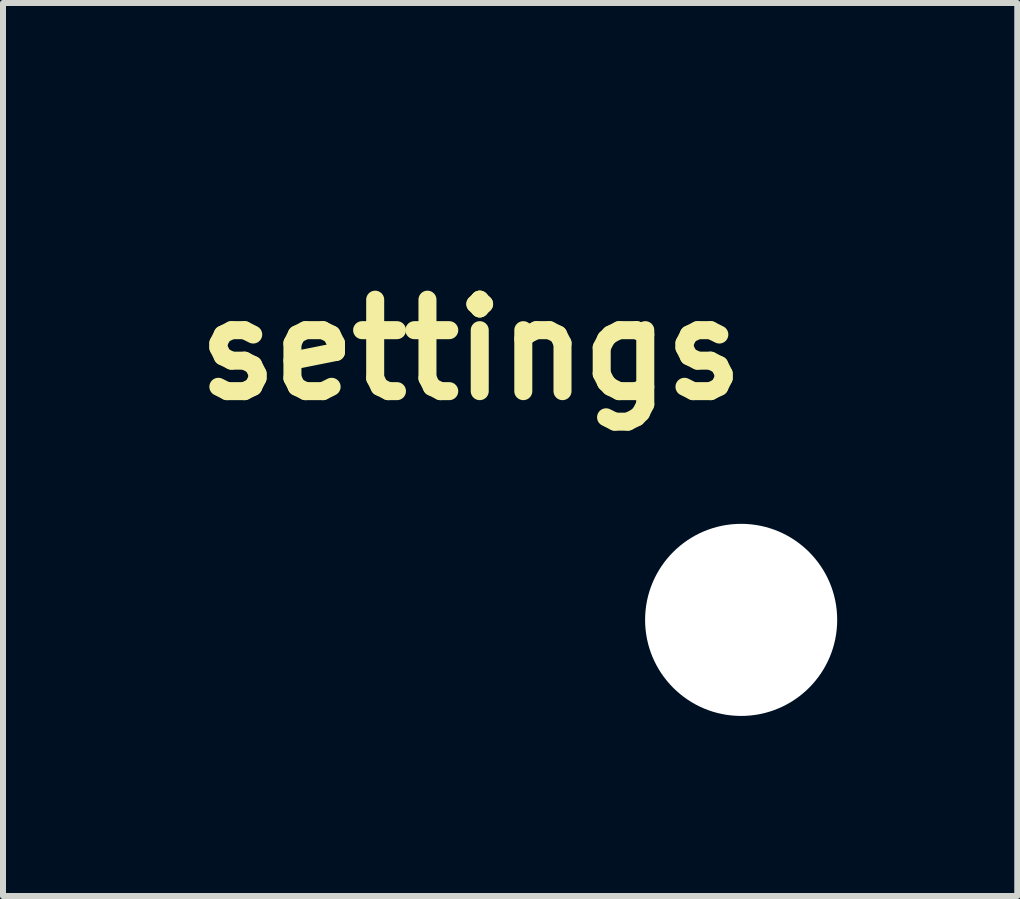
<source format=kicad_pcb>
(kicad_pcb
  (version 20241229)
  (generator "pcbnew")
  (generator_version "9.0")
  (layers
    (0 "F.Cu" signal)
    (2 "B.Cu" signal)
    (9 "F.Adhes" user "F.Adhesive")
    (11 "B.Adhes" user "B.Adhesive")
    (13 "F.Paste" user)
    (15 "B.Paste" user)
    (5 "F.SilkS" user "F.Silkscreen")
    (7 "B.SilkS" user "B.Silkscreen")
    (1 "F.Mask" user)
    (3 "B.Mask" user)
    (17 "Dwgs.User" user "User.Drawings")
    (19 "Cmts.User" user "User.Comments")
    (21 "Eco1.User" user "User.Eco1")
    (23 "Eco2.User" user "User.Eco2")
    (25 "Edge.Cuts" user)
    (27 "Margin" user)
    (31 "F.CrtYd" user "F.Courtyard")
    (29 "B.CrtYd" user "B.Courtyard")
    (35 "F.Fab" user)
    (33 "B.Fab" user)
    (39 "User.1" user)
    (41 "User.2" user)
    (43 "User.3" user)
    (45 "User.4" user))
  (footprint "settings"
    (layer "F.Cu")
    (at 9.297 7.277)
    (property "Reference" "settings" (at -4.5 -4.5 0) (layer "F.SilkS") (effects (font (size 1.524 1.524) (thickness 0.3))))
    (attr through_hole)
    (fp_poly (pts (xy -4.474 -5.063) (xy -4.387 -5.047) (xy -4.301 -5.017) (xy -4.248 -4.989) (xy -4.199 -4.955) (xy -4.149 -4.91) (xy -4.103 -4.859) (xy -4.064 -4.808) (xy -4.049 -4.782) (xy -4.011 -4.694) (xy -3.99 -4.603) (xy -3.984 -4.512) (xy -3.994 -4.421) (xy -4.02 -4.334) (xy -4.06 -4.251) (xy -4.116 -4.175) (xy -4.144 -4.144) (xy -4.217 -4.083) (xy -4.297 -4.036) (xy -4.383 -4.003) (xy -4.473 -3.986) (xy -4.565 -3.985) (xy -4.657 -4) (xy -4.66 -4.001) (xy -4.727 -4.024) (xy -4.796 -4.058) (xy -4.858 -4.098) (xy -4.871 -4.109) (xy -4.927 -4.163) (xy -4.976 -4.23) (xy -5.017 -4.304) (xy -5.045 -4.381) (xy -5.055 -4.42) (xy -5.064 -4.482) (xy -5.066 -4.538) (xy -5.061 -4.595) (xy -5.054 -4.633) (xy -5.027 -4.723) (xy -4.987 -4.803) (xy -4.936 -4.875) (xy -4.875 -4.936) (xy -4.805 -4.986) (xy -4.728 -5.024) (xy -4.646 -5.05) (xy -4.561 -5.064) (xy -4.474 -5.063)) (stroke (width 0.01) (type solid)) (fill yes) (layer "F.Mask"))
    (fp_poly (pts (xy -4.499 -7.272) (xy -4.452 -7.265) (xy -4.419 -7.253) (xy -4.372 -7.224) (xy -4.338 -7.19) (xy -4.31 -7.146) (xy -4.306 -7.139) (xy -4.28 -7.087) (xy -4.28 -6.577) (xy -4.168 -6.557) (xy -4.023 -6.527) (xy -3.885 -6.487) (xy -3.747 -6.436) (xy -3.606 -6.372) (xy -3.594 -6.366) (xy -3.544 -6.339) (xy -3.486 -6.306) (xy -3.425 -6.269) (xy -3.365 -6.231) (xy -3.311 -6.194) (xy -3.266 -6.162) (xy -3.263 -6.159) (xy -3.24 -6.142) (xy -3.04 -6.323) (xy -2.982 -6.376) (xy -2.934 -6.419) (xy -2.896 -6.452) (xy -2.865 -6.477) (xy -2.84 -6.496) (xy -2.821 -6.509) (xy -2.804 -6.518) (xy -2.793 -6.523) (xy -2.734 -6.537) (xy -2.676 -6.537) (xy -2.623 -6.523) (xy -2.574 -6.499) (xy -2.532 -6.464) (xy -2.499 -6.422) (xy -2.474 -6.374) (xy -2.461 -6.322) (xy -2.461 -6.268) (xy -2.474 -6.212) (xy -2.5 -6.161) (xy -2.513 -6.146) (xy -2.536 -6.121) (xy -2.568 -6.09) (xy -2.607 -6.053) (xy -2.65 -6.012) (xy -2.689 -5.977) (xy -2.734 -5.936) (xy -2.776 -5.898) (xy -2.813 -5.864) (xy -2.843 -5.837) (xy -2.864 -5.818) (xy -2.873 -5.809) (xy -2.892 -5.79) (xy -2.852 -5.735) (xy -2.761 -5.598) (xy -2.68 -5.45) (xy -2.61 -5.294) (xy -2.553 -5.134) (xy -2.51 -4.973) (xy -2.489 -4.865) (xy -2.474 -4.771) (xy -2.201 -4.771) (xy -2.125 -4.771) (xy -2.064 -4.771) (xy -2.016 -4.77) (xy -1.978 -4.769) (xy -1.95 -4.767) (xy -1.928 -4.765) (xy -1.911 -4.762) (xy -1.896 -4.759) (xy -1.882 -4.754) (xy -1.881 -4.754) (xy -1.831 -4.727) (xy -1.786 -4.687) (xy -1.751 -4.64) (xy -1.748 -4.634) (xy -1.734 -4.596) (xy -1.728 -4.548) (xy -1.728 -4.499) (xy -1.735 -4.452) (xy -1.747 -4.419) (xy -1.776 -4.372) (xy -1.81 -4.338) (xy -1.854 -4.31) (xy -1.861 -4.306) (xy -1.913 -4.28) (xy -2.474 -4.28) (xy -2.485 -4.206) (xy -2.516 -4.049) (xy -2.561 -3.89) (xy -2.619 -3.733) (xy -2.69 -3.581) (xy -2.77 -3.437) (xy -2.852 -3.315) (xy -2.899 -3.252) (xy -2.702 -3.053) (xy -2.641 -2.991) (xy -2.589 -2.937) (xy -2.547 -2.891) (xy -2.515 -2.855) (xy -2.494 -2.829) (xy -2.486 -2.816) (xy -2.466 -2.758) (xy -2.461 -2.698) (xy -2.472 -2.639) (xy -2.497 -2.582) (xy -2.529 -2.54) (xy -2.58 -2.497) (xy -2.636 -2.471) (xy -2.696 -2.461) (xy -2.759 -2.467) (xy -2.796 -2.478) (xy -2.811 -2.484) (xy -2.825 -2.492) (xy -2.841 -2.503) (xy -2.86 -2.518) (xy -2.884 -2.538) (xy -2.913 -2.566) (xy -2.951 -2.601) (xy -2.997 -2.647) (xy -3.048 -2.698) (xy -3.252 -2.899) (xy -3.328 -2.843) (xy -3.466 -2.752) (xy -3.612 -2.673) (xy -3.767 -2.605) (xy -3.864 -2.57) (xy -3.946 -2.544) (xy -4.031 -2.521) (xy -4.114 -2.502) (xy -4.189 -2.487) (xy -4.231 -2.481) (xy -4.28 -2.475) (xy -4.28 -1.913) (xy -4.306 -1.861) (xy -4.341 -1.806) (xy -4.385 -1.766) (xy -4.438 -1.74) (xy -4.501 -1.727) (xy -4.513 -1.727) (xy -4.56 -1.727) (xy -4.598 -1.733) (xy -4.604 -1.736) (xy -4.652 -1.76) (xy -4.695 -1.792) (xy -4.723 -1.824) (xy -4.736 -1.843) (xy -4.746 -1.86) (xy -4.754 -1.879) (xy -4.76 -1.901) (xy -4.764 -1.928) (xy -4.767 -1.962) (xy -4.769 -2.006) (xy -4.77 -2.06) (xy -4.771 -2.127) (xy -4.771 -2.201) (xy -4.771 -2.474) (xy -4.865 -2.489) (xy -5.027 -2.522) (xy -5.19 -2.571) (xy -5.351 -2.634) (xy -5.444 -2.678) (xy -5.484 -2.699) (xy -5.53 -2.724) (xy -5.578 -2.753) (xy -5.626 -2.782) (xy -5.672 -2.81) (xy -5.712 -2.836) (xy -5.743 -2.858) (xy -5.764 -2.874) (xy -5.77 -2.88) (xy -5.781 -2.89) (xy -5.786 -2.892) (xy -5.793 -2.886) (xy -5.81 -2.869) (xy -5.835 -2.843) (xy -5.867 -2.809) (xy -5.903 -2.769) (xy -5.94 -2.729) (xy -5.994 -2.669) (xy -6.039 -2.62) (xy -6.075 -2.581) (xy -6.104 -2.551) (xy -6.128 -2.528) (xy -6.147 -2.511) (xy -6.164 -2.498) (xy -6.179 -2.489) (xy -6.194 -2.482) (xy -6.206 -2.478) (xy -6.269 -2.462) (xy -6.331 -2.463) (xy -6.389 -2.481) (xy -6.443 -2.514) (xy -6.47 -2.539) (xy -6.507 -2.589) (xy -6.531 -2.646) (xy -6.54 -2.705) (xy -6.534 -2.763) (xy -6.516 -2.813) (xy -6.506 -2.828) (xy -6.486 -2.853) (xy -6.457 -2.888) (xy -6.422 -2.929) (xy -6.382 -2.975) (xy -6.338 -3.024) (xy -6.32 -3.044) (xy -6.141 -3.24) (xy -6.168 -3.276) (xy -6.233 -3.369) (xy -6.298 -3.473) (xy -6.359 -3.584) (xy -6.413 -3.695) (xy -6.459 -3.802) (xy -6.468 -3.826) (xy -6.496 -3.912) (xy -6.523 -4.009) (xy -6.546 -4.109) (xy -6.561 -4.19) (xy -6.576 -4.28) (xy -7.087 -4.28) (xy -7.139 -4.306) (xy -7.184 -4.333) (xy -7.219 -4.367) (xy -7.228 -4.379) (xy -6.091 -4.379) (xy -6.075 -4.277) (xy -6.043 -4.128) (xy -5.997 -3.982) (xy -5.939 -3.842) (xy -5.869 -3.712) (xy -5.835 -3.659) (xy -5.808 -3.619) (xy -5.777 -3.578) (xy -5.745 -3.538) (xy -5.716 -3.503) (xy -5.69 -3.474) (xy -5.67 -3.455) (xy -5.662 -3.45) (xy -5.645 -3.436) (xy -5.623 -3.415) (xy -5.608 -3.397) (xy -5.575 -3.36) (xy -5.535 -3.322) (xy -5.484 -3.282) (xy -5.422 -3.237) (xy -5.393 -3.217) (xy -5.256 -3.136) (xy -5.113 -3.069) (xy -4.963 -3.017) (xy -4.81 -2.98) (xy -4.655 -2.959) (xy -4.498 -2.954) (xy -4.394 -2.96) (xy -4.244 -2.98) (xy -4.101 -3.013) (xy -3.963 -3.059) (xy -3.836 -3.115) (xy -3.767 -3.151) (xy -3.699 -3.19) (xy -3.633 -3.232) (xy -3.573 -3.275) (xy -3.52 -3.317) (xy -3.478 -3.355) (xy -3.448 -3.389) (xy -3.446 -3.392) (xy -3.424 -3.418) (xy -3.397 -3.442) (xy -3.392 -3.446) (xy -3.359 -3.474) (xy -3.321 -3.515) (xy -3.279 -3.568) (xy -3.236 -3.628) (xy -3.193 -3.695) (xy -3.152 -3.765) (xy -3.116 -3.833) (xy -3.053 -3.981) (xy -3.005 -4.132) (xy -2.973 -4.287) (xy -2.957 -4.443) (xy -2.956 -4.599) (xy -2.971 -4.755) (xy -3.002 -4.909) (xy -3.049 -5.059) (xy -3.11 -5.205) (xy -3.187 -5.346) (xy -3.217 -5.393) (xy -3.265 -5.461) (xy -3.307 -5.516) (xy -3.345 -5.56) (xy -3.383 -5.596) (xy -3.397 -5.608) (xy -3.421 -5.629) (xy -3.441 -5.65) (xy -3.45 -5.662) (xy -3.463 -5.679) (xy -3.488 -5.703) (xy -3.521 -5.732) (xy -3.561 -5.764) (xy -3.605 -5.797) (xy -3.65 -5.829) (xy -3.679 -5.848) (xy -3.809 -5.923) (xy -3.95 -5.986) (xy -4.096 -6.035) (xy -4.246 -6.07) (xy -4.294 -6.078) (xy -4.38 -6.091) (xy -4.425 -6.07) (xy -4.483 -6.052) (xy -4.544 -6.049) (xy -4.603 -6.061) (xy -4.625 -6.07) (xy -4.646 -6.079) (xy -4.663 -6.085) (xy -4.68 -6.086) (xy -4.703 -6.085) (xy -4.737 -6.08) (xy -4.749 -6.078) (xy -4.907 -6.047) (xy -5.056 -6.002) (xy -5.199 -5.943) (xy -5.305 -5.887) (xy -5.348 -5.862) (xy -5.395 -5.831) (xy -5.442 -5.798) (xy -5.487 -5.764) (xy -5.527 -5.733) (xy -5.557 -5.707) (xy -5.569 -5.695) (xy -5.597 -5.665) (xy -5.631 -5.63) (xy -5.666 -5.596) (xy -5.695 -5.569) (xy -5.712 -5.552) (xy -5.734 -5.525) (xy -5.76 -5.494) (xy -5.771 -5.479) (xy -5.863 -5.346) (xy -5.94 -5.206) (xy -6.002 -5.059) (xy -6.048 -4.905) (xy -6.078 -4.751) (xy -6.084 -4.713) (xy -6.086 -4.687) (xy -6.086 -4.669) (xy -6.082 -4.652) (xy -6.074 -4.633) (xy -6.07 -4.625) (xy -6.052 -4.567) (xy -6.049 -4.506) (xy -6.062 -4.446) (xy -6.07 -4.425) (xy -6.091 -4.379) (xy -7.228 -4.379) (xy -7.249 -4.411) (xy -7.253 -4.419) (xy -7.266 -4.456) (xy -7.273 -4.503) (xy -7.272 -4.553) (xy -7.265 -4.6) (xy -7.252 -4.634) (xy -7.219 -4.682) (xy -7.175 -4.722) (xy -7.125 -4.751) (xy -7.119 -4.754) (xy -7.104 -4.759) (xy -7.089 -4.763) (xy -7.071 -4.766) (xy -7.049 -4.768) (xy -7.019 -4.769) (xy -6.981 -4.77) (xy -6.93 -4.771) (xy -6.867 -4.771) (xy -6.824 -4.771) (xy -6.576 -4.771) (xy -6.57 -4.811) (xy -6.535 -4.993) (xy -6.485 -5.172) (xy -6.418 -5.345) (xy -6.337 -5.512) (xy -6.241 -5.671) (xy -6.193 -5.74) (xy -6.151 -5.799) (xy -6.323 -5.972) (xy -6.378 -6.029) (xy -6.426 -6.079) (xy -6.464 -6.121) (xy -6.493 -6.154) (xy -6.511 -6.177) (xy -6.514 -6.184) (xy -6.535 -6.242) (xy -6.539 -6.302) (xy -6.528 -6.362) (xy -6.503 -6.418) (xy -6.47 -6.461) (xy -6.42 -6.503) (xy -6.364 -6.529) (xy -6.304 -6.539) (xy -6.241 -6.533) (xy -6.204 -6.522) (xy -6.188 -6.515) (xy -6.173 -6.507) (xy -6.156 -6.495) (xy -6.136 -6.479) (xy -6.111 -6.457) (xy -6.079 -6.427) (xy -6.039 -6.389) (xy -5.989 -6.34) (xy -5.977 -6.327) (xy -5.799 -6.151) (xy -5.727 -6.202) (xy -5.575 -6.301) (xy -5.415 -6.386) (xy -5.248 -6.457) (xy -5.076 -6.514) (xy -4.901 -6.555) (xy -4.811 -6.569) (xy -4.771 -6.575) (xy -4.771 -6.824) (xy -4.771 -6.896) (xy -4.77 -6.953) (xy -4.77 -6.998) (xy -4.769 -7.033) (xy -4.767 -7.059) (xy -4.764 -7.079) (xy -4.761 -7.096) (xy -4.757 -7.11) (xy -4.754 -7.119) (xy -4.727 -7.169) (xy -4.687 -7.214) (xy -4.64 -7.249) (xy -4.634 -7.252) (xy -4.596 -7.266) (xy -4.548 -7.272) (xy -4.499 -7.272)) (stroke (width 0.01) (type solid)) (fill yes) (layer "F.Mask"))
    (fp_poly (pts (xy -4.474 -5.063) (xy -4.387 -5.047) (xy -4.301 -5.017) (xy -4.248 -4.989) (xy -4.199 -4.955) (xy -4.149 -4.91) (xy -4.103 -4.859) (xy -4.064 -4.808) (xy -4.049 -4.782) (xy -4.011 -4.694) (xy -3.99 -4.603) (xy -3.984 -4.512) (xy -3.994 -4.421) (xy -4.02 -4.334) (xy -4.06 -4.251) (xy -4.116 -4.175) (xy -4.144 -4.144) (xy -4.217 -4.083) (xy -4.297 -4.036) (xy -4.383 -4.003) (xy -4.473 -3.986) (xy -4.565 -3.985) (xy -4.657 -4) (xy -4.66 -4.001) (xy -4.727 -4.024) (xy -4.796 -4.058) (xy -4.858 -4.098) (xy -4.871 -4.109) (xy -4.927 -4.163) (xy -4.976 -4.23) (xy -5.017 -4.304) (xy -5.045 -4.381) (xy -5.055 -4.42) (xy -5.064 -4.482) (xy -5.066 -4.538) (xy -5.061 -4.595) (xy -5.054 -4.633) (xy -5.027 -4.723) (xy -4.987 -4.803) (xy -4.936 -4.875) (xy -4.875 -4.936) (xy -4.805 -4.986) (xy -4.728 -5.024) (xy -4.646 -5.05) (xy -4.561 -5.064) (xy -4.474 -5.063)) (stroke (width 0.01) (type solid)) (fill yes) (layer "B.Mask"))
    (fp_poly (pts (xy -4.499 -7.272) (xy -4.452 -7.265) (xy -4.419 -7.253) (xy -4.372 -7.224) (xy -4.338 -7.19) (xy -4.31 -7.146) (xy -4.306 -7.139) (xy -4.28 -7.087) (xy -4.28 -6.577) (xy -4.168 -6.557) (xy -4.023 -6.527) (xy -3.885 -6.487) (xy -3.747 -6.436) (xy -3.606 -6.372) (xy -3.594 -6.366) (xy -3.544 -6.339) (xy -3.486 -6.306) (xy -3.425 -6.269) (xy -3.365 -6.231) (xy -3.311 -6.194) (xy -3.266 -6.162) (xy -3.263 -6.159) (xy -3.24 -6.142) (xy -3.04 -6.323) (xy -2.982 -6.376) (xy -2.934 -6.419) (xy -2.896 -6.452) (xy -2.865 -6.477) (xy -2.84 -6.496) (xy -2.821 -6.509) (xy -2.804 -6.518) (xy -2.793 -6.523) (xy -2.734 -6.537) (xy -2.676 -6.537) (xy -2.623 -6.523) (xy -2.574 -6.499) (xy -2.532 -6.464) (xy -2.499 -6.422) (xy -2.474 -6.374) (xy -2.461 -6.322) (xy -2.461 -6.268) (xy -2.474 -6.212) (xy -2.5 -6.161) (xy -2.513 -6.146) (xy -2.536 -6.121) (xy -2.568 -6.09) (xy -2.607 -6.053) (xy -2.65 -6.012) (xy -2.689 -5.977) (xy -2.734 -5.936) (xy -2.776 -5.898) (xy -2.813 -5.864) (xy -2.843 -5.837) (xy -2.864 -5.818) (xy -2.873 -5.809) (xy -2.892 -5.79) (xy -2.852 -5.735) (xy -2.761 -5.598) (xy -2.68 -5.45) (xy -2.61 -5.294) (xy -2.553 -5.134) (xy -2.51 -4.973) (xy -2.489 -4.865) (xy -2.474 -4.771) (xy -2.201 -4.771) (xy -2.125 -4.771) (xy -2.064 -4.771) (xy -2.016 -4.77) (xy -1.978 -4.769) (xy -1.95 -4.767) (xy -1.928 -4.765) (xy -1.911 -4.762) (xy -1.896 -4.759) (xy -1.882 -4.754) (xy -1.881 -4.754) (xy -1.831 -4.727) (xy -1.786 -4.687) (xy -1.751 -4.64) (xy -1.748 -4.634) (xy -1.734 -4.596) (xy -1.728 -4.548) (xy -1.728 -4.499) (xy -1.735 -4.452) (xy -1.747 -4.419) (xy -1.776 -4.372) (xy -1.81 -4.338) (xy -1.854 -4.31) (xy -1.861 -4.306) (xy -1.913 -4.28) (xy -2.474 -4.28) (xy -2.485 -4.206) (xy -2.516 -4.049) (xy -2.561 -3.89) (xy -2.619 -3.733) (xy -2.69 -3.581) (xy -2.77 -3.437) (xy -2.852 -3.315) (xy -2.899 -3.252) (xy -2.702 -3.053) (xy -2.641 -2.991) (xy -2.589 -2.937) (xy -2.547 -2.891) (xy -2.515 -2.855) (xy -2.494 -2.829) (xy -2.486 -2.816) (xy -2.466 -2.758) (xy -2.461 -2.698) (xy -2.472 -2.639) (xy -2.497 -2.582) (xy -2.529 -2.54) (xy -2.58 -2.497) (xy -2.636 -2.471) (xy -2.696 -2.461) (xy -2.759 -2.467) (xy -2.796 -2.478) (xy -2.811 -2.484) (xy -2.825 -2.492) (xy -2.841 -2.503) (xy -2.86 -2.518) (xy -2.884 -2.538) (xy -2.913 -2.566) (xy -2.951 -2.601) (xy -2.997 -2.647) (xy -3.048 -2.698) (xy -3.252 -2.899) (xy -3.328 -2.843) (xy -3.466 -2.752) (xy -3.612 -2.673) (xy -3.767 -2.605) (xy -3.864 -2.57) (xy -3.946 -2.544) (xy -4.031 -2.521) (xy -4.114 -2.502) (xy -4.189 -2.487) (xy -4.231 -2.481) (xy -4.28 -2.475) (xy -4.28 -1.913) (xy -4.306 -1.861) (xy -4.341 -1.806) (xy -4.385 -1.766) (xy -4.438 -1.74) (xy -4.501 -1.727) (xy -4.513 -1.727) (xy -4.56 -1.727) (xy -4.598 -1.733) (xy -4.604 -1.736) (xy -4.652 -1.76) (xy -4.695 -1.792) (xy -4.723 -1.824) (xy -4.736 -1.843) (xy -4.746 -1.86) (xy -4.754 -1.879) (xy -4.76 -1.901) (xy -4.764 -1.928) (xy -4.767 -1.962) (xy -4.769 -2.006) (xy -4.77 -2.06) (xy -4.771 -2.127) (xy -4.771 -2.201) (xy -4.771 -2.474) (xy -4.865 -2.489) (xy -5.027 -2.522) (xy -5.19 -2.571) (xy -5.351 -2.634) (xy -5.444 -2.678) (xy -5.484 -2.699) (xy -5.53 -2.724) (xy -5.578 -2.753) (xy -5.626 -2.782) (xy -5.672 -2.81) (xy -5.712 -2.836) (xy -5.743 -2.858) (xy -5.764 -2.874) (xy -5.77 -2.88) (xy -5.781 -2.89) (xy -5.786 -2.892) (xy -5.793 -2.886) (xy -5.81 -2.869) (xy -5.835 -2.843) (xy -5.867 -2.809) (xy -5.903 -2.769) (xy -5.94 -2.729) (xy -5.994 -2.669) (xy -6.039 -2.62) (xy -6.075 -2.581) (xy -6.104 -2.551) (xy -6.128 -2.528) (xy -6.147 -2.511) (xy -6.164 -2.498) (xy -6.179 -2.489) (xy -6.194 -2.482) (xy -6.206 -2.478) (xy -6.269 -2.462) (xy -6.331 -2.463) (xy -6.389 -2.481) (xy -6.443 -2.514) (xy -6.47 -2.539) (xy -6.507 -2.589) (xy -6.531 -2.646) (xy -6.54 -2.705) (xy -6.534 -2.763) (xy -6.516 -2.813) (xy -6.506 -2.828) (xy -6.486 -2.853) (xy -6.457 -2.888) (xy -6.422 -2.929) (xy -6.382 -2.975) (xy -6.338 -3.024) (xy -6.32 -3.044) (xy -6.141 -3.24) (xy -6.168 -3.276) (xy -6.233 -3.369) (xy -6.298 -3.473) (xy -6.359 -3.584) (xy -6.413 -3.695) (xy -6.459 -3.802) (xy -6.468 -3.826) (xy -6.496 -3.912) (xy -6.523 -4.009) (xy -6.546 -4.109) (xy -6.561 -4.19) (xy -6.576 -4.28) (xy -7.087 -4.28) (xy -7.139 -4.306) (xy -7.184 -4.333) (xy -7.219 -4.367) (xy -7.228 -4.379) (xy -6.091 -4.379) (xy -6.075 -4.277) (xy -6.043 -4.128) (xy -5.997 -3.982) (xy -5.939 -3.842) (xy -5.869 -3.712) (xy -5.835 -3.659) (xy -5.808 -3.619) (xy -5.777 -3.578) (xy -5.745 -3.538) (xy -5.716 -3.503) (xy -5.69 -3.474) (xy -5.67 -3.455) (xy -5.662 -3.45) (xy -5.645 -3.436) (xy -5.623 -3.415) (xy -5.608 -3.397) (xy -5.575 -3.36) (xy -5.535 -3.322) (xy -5.484 -3.282) (xy -5.422 -3.237) (xy -5.393 -3.217) (xy -5.256 -3.136) (xy -5.113 -3.069) (xy -4.963 -3.017) (xy -4.81 -2.98) (xy -4.655 -2.959) (xy -4.498 -2.954) (xy -4.394 -2.96) (xy -4.244 -2.98) (xy -4.101 -3.013) (xy -3.963 -3.059) (xy -3.836 -3.115) (xy -3.767 -3.151) (xy -3.699 -3.19) (xy -3.633 -3.232) (xy -3.573 -3.275) (xy -3.52 -3.317) (xy -3.478 -3.355) (xy -3.448 -3.389) (xy -3.446 -3.392) (xy -3.424 -3.418) (xy -3.397 -3.442) (xy -3.392 -3.446) (xy -3.359 -3.474) (xy -3.321 -3.515) (xy -3.279 -3.568) (xy -3.236 -3.628) (xy -3.193 -3.695) (xy -3.152 -3.765) (xy -3.116 -3.833) (xy -3.053 -3.981) (xy -3.005 -4.132) (xy -2.973 -4.287) (xy -2.957 -4.443) (xy -2.956 -4.599) (xy -2.971 -4.755) (xy -3.002 -4.909) (xy -3.049 -5.059) (xy -3.11 -5.205) (xy -3.187 -5.346) (xy -3.217 -5.393) (xy -3.265 -5.461) (xy -3.307 -5.516) (xy -3.345 -5.56) (xy -3.383 -5.596) (xy -3.397 -5.608) (xy -3.421 -5.629) (xy -3.441 -5.65) (xy -3.45 -5.662) (xy -3.463 -5.679) (xy -3.488 -5.703) (xy -3.521 -5.732) (xy -3.561 -5.764) (xy -3.605 -5.797) (xy -3.65 -5.829) (xy -3.679 -5.848) (xy -3.809 -5.923) (xy -3.95 -5.986) (xy -4.096 -6.035) (xy -4.246 -6.07) (xy -4.294 -6.078) (xy -4.38 -6.091) (xy -4.425 -6.07) (xy -4.483 -6.052) (xy -4.544 -6.049) (xy -4.603 -6.061) (xy -4.625 -6.07) (xy -4.646 -6.079) (xy -4.663 -6.085) (xy -4.68 -6.086) (xy -4.703 -6.085) (xy -4.737 -6.08) (xy -4.749 -6.078) (xy -4.907 -6.047) (xy -5.056 -6.002) (xy -5.199 -5.943) (xy -5.305 -5.887) (xy -5.348 -5.862) (xy -5.395 -5.831) (xy -5.442 -5.798) (xy -5.487 -5.764) (xy -5.527 -5.733) (xy -5.557 -5.707) (xy -5.569 -5.695) (xy -5.597 -5.665) (xy -5.631 -5.63) (xy -5.666 -5.596) (xy -5.695 -5.569) (xy -5.712 -5.552) (xy -5.734 -5.525) (xy -5.76 -5.494) (xy -5.771 -5.479) (xy -5.863 -5.346) (xy -5.94 -5.206) (xy -6.002 -5.059) (xy -6.048 -4.905) (xy -6.078 -4.751) (xy -6.084 -4.713) (xy -6.086 -4.687) (xy -6.086 -4.669) (xy -6.082 -4.652) (xy -6.074 -4.633) (xy -6.07 -4.625) (xy -6.052 -4.567) (xy -6.049 -4.506) (xy -6.062 -4.446) (xy -6.07 -4.425) (xy -6.091 -4.379) (xy -7.228 -4.379) (xy -7.249 -4.411) (xy -7.253 -4.419) (xy -7.266 -4.456) (xy -7.273 -4.503) (xy -7.272 -4.553) (xy -7.265 -4.6) (xy -7.252 -4.634) (xy -7.219 -4.682) (xy -7.175 -4.722) (xy -7.125 -4.751) (xy -7.119 -4.754) (xy -7.104 -4.759) (xy -7.089 -4.763) (xy -7.071 -4.766) (xy -7.049 -4.768) (xy -7.019 -4.769) (xy -6.981 -4.77) (xy -6.93 -4.771) (xy -6.867 -4.771) (xy -6.824 -4.771) (xy -6.576 -4.771) (xy -6.57 -4.811) (xy -6.535 -4.993) (xy -6.485 -5.172) (xy -6.418 -5.345) (xy -6.337 -5.512) (xy -6.241 -5.671) (xy -6.193 -5.74) (xy -6.151 -5.799) (xy -6.323 -5.972) (xy -6.378 -6.029) (xy -6.426 -6.079) (xy -6.464 -6.121) (xy -6.493 -6.154) (xy -6.511 -6.177) (xy -6.514 -6.184) (xy -6.535 -6.242) (xy -6.539 -6.302) (xy -6.528 -6.362) (xy -6.503 -6.418) (xy -6.47 -6.461) (xy -6.42 -6.503) (xy -6.364 -6.529) (xy -6.304 -6.539) (xy -6.241 -6.533) (xy -6.204 -6.522) (xy -6.188 -6.515) (xy -6.173 -6.507) (xy -6.156 -6.495) (xy -6.136 -6.479) (xy -6.111 -6.457) (xy -6.079 -6.427) (xy -6.039 -6.389) (xy -5.989 -6.34) (xy -5.977 -6.327) (xy -5.799 -6.151) (xy -5.727 -6.202) (xy -5.575 -6.301) (xy -5.415 -6.386) (xy -5.248 -6.457) (xy -5.076 -6.514) (xy -4.901 -6.555) (xy -4.811 -6.569) (xy -4.771 -6.575) (xy -4.771 -6.824) (xy -4.771 -6.896) (xy -4.77 -6.953) (xy -4.77 -6.998) (xy -4.769 -7.033) (xy -4.767 -7.059) (xy -4.764 -7.079) (xy -4.761 -7.096) (xy -4.757 -7.11) (xy -4.754 -7.119) (xy -4.727 -7.169) (xy -4.687 -7.214) (xy -4.64 -7.249) (xy -4.634 -7.252) (xy -4.596 -7.266) (xy -4.548 -7.272) (xy -4.499 -7.272)) (stroke (width 0.01) (type solid)) (fill yes) (layer "B.Mask"))
    (pad "" np_thru_hole circle (at 0 0) (size 3.2 3.2) (drill 3.2) (layers "*.Cu" "*.Mask")))
  (gr_rect
    (start -3 -3)
    (end 13.897 11.877)
    (stroke (width 0.1) (type default))
    (fill no)
    (layer "Edge.Cuts")))
</source>
